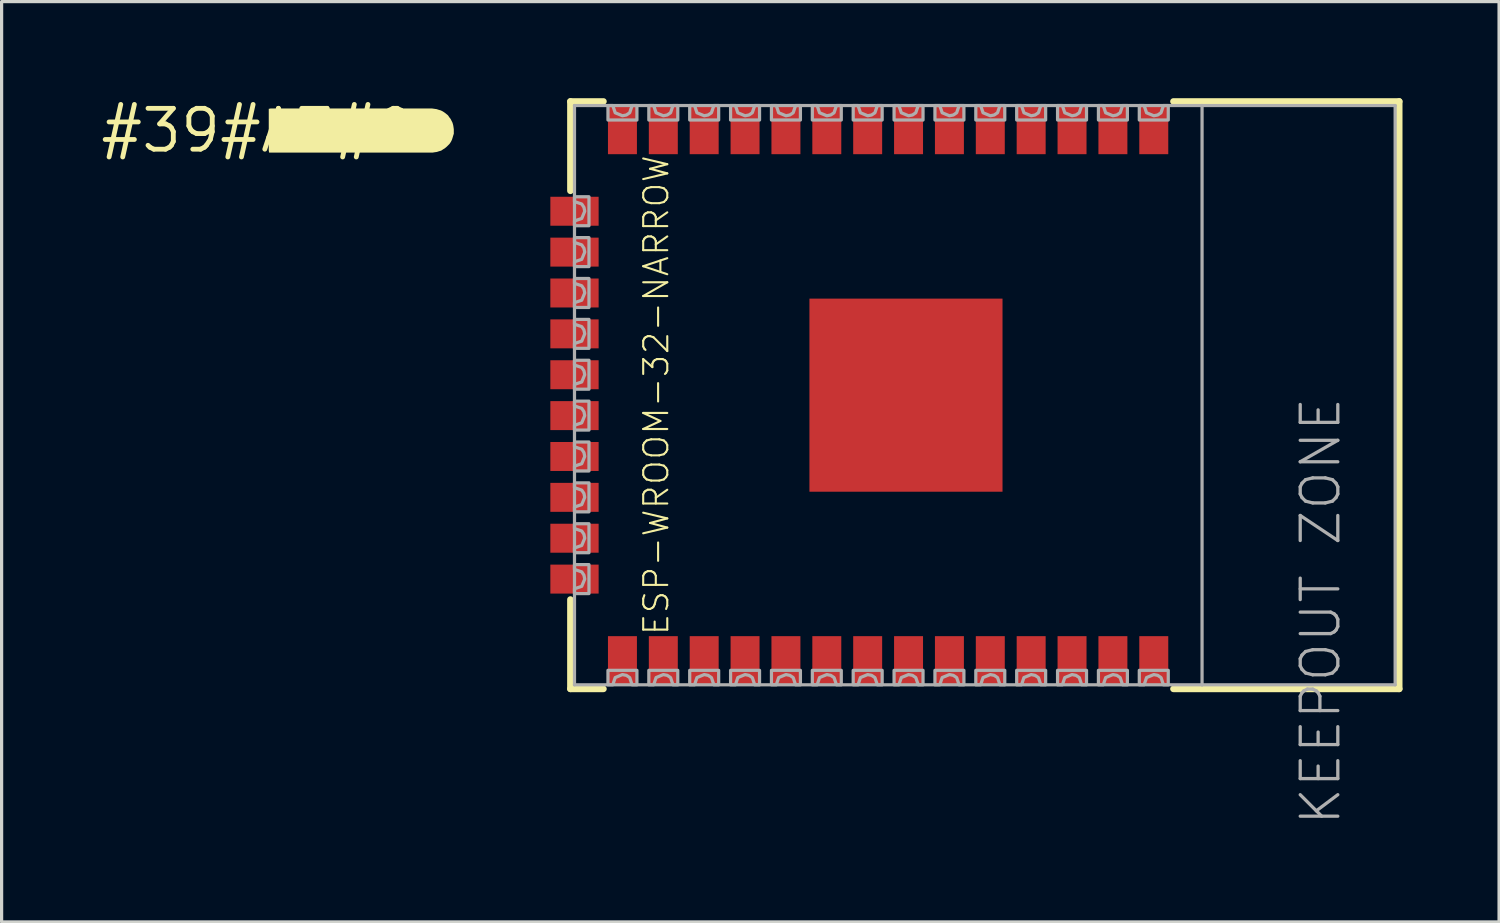
<source format=kicad_pcb>
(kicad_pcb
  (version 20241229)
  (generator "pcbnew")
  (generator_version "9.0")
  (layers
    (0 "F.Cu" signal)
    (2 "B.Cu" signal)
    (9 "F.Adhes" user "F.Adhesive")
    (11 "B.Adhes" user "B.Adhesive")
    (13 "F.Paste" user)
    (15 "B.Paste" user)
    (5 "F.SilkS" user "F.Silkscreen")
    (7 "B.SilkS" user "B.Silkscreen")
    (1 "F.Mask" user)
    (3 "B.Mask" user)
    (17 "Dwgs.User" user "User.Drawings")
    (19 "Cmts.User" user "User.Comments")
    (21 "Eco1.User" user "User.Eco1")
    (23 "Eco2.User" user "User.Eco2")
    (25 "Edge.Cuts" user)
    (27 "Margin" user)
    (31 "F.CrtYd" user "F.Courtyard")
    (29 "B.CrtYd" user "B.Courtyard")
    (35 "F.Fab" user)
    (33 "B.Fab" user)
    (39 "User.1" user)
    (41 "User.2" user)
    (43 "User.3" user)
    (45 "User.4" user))
  (footprint "ESP-WROOM-32-NARROW"
    (layer "F.Cu")
    (at 26.371 9.229)
    (property "Reference" "ESP-WROOM-32-NARROW" (at -9.03 0 90) (layer "F.SilkS") (effects (font (size 0.748 0.748) (thickness 0.065))))
    (fp_line (start -11.697 -9.127) (end -10.67 -9.127) (stroke (width 0.203) (type solid)) (layer "F.SilkS"))
    (fp_line (start -11.697 -6.35) (end -11.697 -9.127) (stroke (width 0.203) (type solid)) (layer "F.SilkS"))
    (fp_line (start -11.697 6.35) (end -11.697 9.127) (stroke (width 0.203) (type solid)) (layer "F.SilkS"))
    (fp_line (start -11.697 9.127) (end -10.67 9.127) (stroke (width 0.203) (type solid)) (layer "F.SilkS"))
    (fp_line (start 7.041 -9.127) (end 14.057 -9.127) (stroke (width 0.203) (type solid)) (layer "F.SilkS"))
    (fp_line (start 7.041 9.127) (end 14.057 9.127) (stroke (width 0.203) (type solid)) (layer "F.SilkS"))
    (fp_line (start 14.057 -9.127) (end 14.057 9.127) (stroke (width 0.203) (type solid)) (layer "F.SilkS"))
    (fp_line (start -11.57 -9) (end 7.93 -9) (stroke (width 0.1) (type solid)) (layer "F.Fab"))
    (fp_line (start -11.57 9) (end -11.57 -9) (stroke (width 0.1) (type solid)) (layer "F.Fab"))
    (fp_line (start 7.93 -9) (end 13.93 -9) (stroke (width 0.1) (type solid)) (layer "F.Fab"))
    (fp_line (start 7.93 9) (end -11.57 9) (stroke (width 0.1) (type solid)) (layer "F.Fab"))
    (fp_line (start 7.93 9) (end 7.93 -9) (stroke (width 0.1) (type solid)) (layer "F.Fab"))
    (fp_line (start 13.93 -9) (end 13.93 9) (stroke (width 0.1) (type solid)) (layer "F.Fab"))
    (fp_line (start 13.93 9) (end 7.93 9) (stroke (width 0.1) (type solid)) (layer "F.Fab"))
    (fp_poly (pts (xy -10.53 9) (xy -10.53 8.55) (xy -9.63 8.55) (xy -9.63 9) (xy -9.78 9) (xy -9.855 8.775) (xy -9.958 8.706) (xy -10.08 8.682) (xy -10.305 8.775) (xy -10.38 9)) (stroke (width 0.1) (type solid)) (fill no) (layer "F.Fab"))
    (fp_poly (pts (xy -9.26 9) (xy -9.26 8.55) (xy -8.36 8.55) (xy -8.36 9) (xy -8.51 9) (xy -8.585 8.775) (xy -8.688 8.706) (xy -8.81 8.682) (xy -9.035 8.775) (xy -9.11 9)) (stroke (width 0.1) (type solid)) (fill no) (layer "F.Fab"))
    (fp_poly (pts (xy -7.99 9) (xy -7.99 8.55) (xy -7.09 8.55) (xy -7.09 9) (xy -7.24 9) (xy -7.315 8.775) (xy -7.418 8.706) (xy -7.54 8.682) (xy -7.765 8.775) (xy -7.84 9)) (stroke (width 0.1) (type solid)) (fill no) (layer "F.Fab"))
    (fp_poly (pts (xy -6.72 9) (xy -6.72 8.55) (xy -5.82 8.55) (xy -5.82 9) (xy -5.97 9) (xy -6.045 8.775) (xy -6.148 8.706) (xy -6.27 8.682) (xy -6.495 8.775) (xy -6.57 9)) (stroke (width 0.1) (type solid)) (fill no) (layer "F.Fab"))
    (fp_poly (pts (xy -5.45 9) (xy -5.45 8.55) (xy -4.55 8.55) (xy -4.55 9) (xy -4.7 9) (xy -4.775 8.775) (xy -4.878 8.706) (xy -5 8.682) (xy -5.225 8.775) (xy -5.3 9)) (stroke (width 0.1) (type solid)) (fill no) (layer "F.Fab"))
    (fp_poly (pts (xy -4.18 9) (xy -4.18 8.55) (xy -3.28 8.55) (xy -3.28 9) (xy -3.43 9) (xy -3.505 8.775) (xy -3.608 8.706) (xy -3.73 8.682) (xy -3.955 8.775) (xy -4.03 9)) (stroke (width 0.1) (type solid)) (fill no) (layer "F.Fab"))
    (fp_poly (pts (xy -2.91 9) (xy -2.91 8.55) (xy -2.01 8.55) (xy -2.01 9) (xy -2.16 9) (xy -2.235 8.775) (xy -2.338 8.706) (xy -2.46 8.682) (xy -2.685 8.775) (xy -2.76 9)) (stroke (width 0.1) (type solid)) (fill no) (layer "F.Fab"))
    (fp_poly (pts (xy -1.64 9) (xy -1.64 8.55) (xy -0.74 8.55) (xy -0.74 9) (xy -0.89 9) (xy -0.965 8.775) (xy -1.068 8.706) (xy -1.19 8.682) (xy -1.415 8.775) (xy -1.49 9)) (stroke (width 0.1) (type solid)) (fill no) (layer "F.Fab"))
    (fp_poly (pts (xy -11.12 -5.265) (xy -11.57 -5.265) (xy -11.57 -5.415) (xy -11.345 -5.49) (xy -11.252 -5.715) (xy -11.276 -5.837) (xy -11.345 -5.94) (xy -11.57 -6.015) (xy -11.57 -6.015) (xy -11.57 -6.165) (xy -11.12 -6.165)) (stroke (width 0.1) (type solid)) (fill no) (layer "F.Fab"))
    (fp_poly (pts (xy -11.12 -3.995) (xy -11.57 -3.995) (xy -11.57 -4.145) (xy -11.345 -4.22) (xy -11.252 -4.445) (xy -11.276 -4.567) (xy -11.345 -4.67) (xy -11.57 -4.745) (xy -11.57 -4.745) (xy -11.57 -4.895) (xy -11.12 -4.895)) (stroke (width 0.1) (type solid)) (fill no) (layer "F.Fab"))
    (fp_poly (pts (xy -11.12 -2.725) (xy -11.57 -2.725) (xy -11.57 -2.875) (xy -11.345 -2.95) (xy -11.252 -3.175) (xy -11.276 -3.297) (xy -11.345 -3.4) (xy -11.57 -3.475) (xy -11.57 -3.475) (xy -11.57 -3.625) (xy -11.12 -3.625)) (stroke (width 0.1) (type solid)) (fill no) (layer "F.Fab"))
    (fp_poly (pts (xy -11.12 -1.455) (xy -11.57 -1.455) (xy -11.57 -1.605) (xy -11.345 -1.68) (xy -11.252 -1.905) (xy -11.276 -2.027) (xy -11.345 -2.13) (xy -11.57 -2.205) (xy -11.57 -2.205) (xy -11.57 -2.355) (xy -11.12 -2.355)) (stroke (width 0.1) (type solid)) (fill no) (layer "F.Fab"))
    (fp_poly (pts (xy -11.12 -0.185) (xy -11.57 -0.185) (xy -11.57 -0.335) (xy -11.345 -0.41) (xy -11.252 -0.635) (xy -11.276 -0.757) (xy -11.345 -0.86) (xy -11.57 -0.935) (xy -11.57 -0.935) (xy -11.57 -1.085) (xy -11.12 -1.085)) (stroke (width 0.1) (type solid)) (fill no) (layer "F.Fab"))
    (fp_poly (pts (xy -11.12 1.085) (xy -11.57 1.085) (xy -11.57 0.935) (xy -11.345 0.86) (xy -11.345 0.86) (xy -11.252 0.635) (xy -11.276 0.513) (xy -11.345 0.41) (xy -11.57 0.335) (xy -11.57 0.185) (xy -11.12 0.185)) (stroke (width 0.1) (type solid)) (fill no) (layer "F.Fab"))
    (fp_poly (pts (xy -11.12 2.355) (xy -11.57 2.355) (xy -11.57 2.205) (xy -11.345 2.13) (xy -11.345 2.13) (xy -11.252 1.905) (xy -11.276 1.783) (xy -11.345 1.68) (xy -11.57 1.605) (xy -11.57 1.455) (xy -11.12 1.455)) (stroke (width 0.1) (type solid)) (fill no) (layer "F.Fab"))
    (fp_poly (pts (xy -11.12 3.625) (xy -11.57 3.625) (xy -11.57 3.475) (xy -11.345 3.4) (xy -11.345 3.4) (xy -11.252 3.175) (xy -11.276 3.053) (xy -11.345 2.95) (xy -11.57 2.875) (xy -11.57 2.725) (xy -11.12 2.725)) (stroke (width 0.1) (type solid)) (fill no) (layer "F.Fab"))
    (fp_poly (pts (xy -11.12 4.895) (xy -11.57 4.895) (xy -11.57 4.745) (xy -11.345 4.67) (xy -11.345 4.67) (xy -11.252 4.445) (xy -11.276 4.323) (xy -11.345 4.22) (xy -11.57 4.145) (xy -11.57 3.995) (xy -11.12 3.995)) (stroke (width 0.1) (type solid)) (fill no) (layer "F.Fab"))
    (fp_poly (pts (xy -11.12 6.165) (xy -11.57 6.165) (xy -11.57 6.015) (xy -11.345 5.94) (xy -11.345 5.94) (xy -11.252 5.715) (xy -11.276 5.593) (xy -11.345 5.49) (xy -11.57 5.415) (xy -11.57 5.265) (xy -11.12 5.265)) (stroke (width 0.1) (type solid)) (fill no) (layer "F.Fab"))
    (fp_poly (pts (xy -10.305 -8.775) (xy -10.305 -8.775) (xy -10.08 -8.682) (xy -9.958 -8.706) (xy -9.855 -8.775) (xy -9.78 -9) (xy -9.63 -9) (xy -9.63 -8.55) (xy -10.53 -8.55) (xy -10.53 -9) (xy -10.38 -9)) (stroke (width 0.1) (type solid)) (fill no) (layer "F.Fab"))
    (fp_poly (pts (xy -9.035 -8.775) (xy -9.035 -8.775) (xy -8.81 -8.682) (xy -8.688 -8.706) (xy -8.585 -8.775) (xy -8.51 -9) (xy -8.36 -9) (xy -8.36 -8.55) (xy -9.26 -8.55) (xy -9.26 -9) (xy -9.11 -9)) (stroke (width 0.1) (type solid)) (fill no) (layer "F.Fab"))
    (fp_poly (pts (xy -7.765 -8.775) (xy -7.765 -8.775) (xy -7.54 -8.682) (xy -7.418 -8.706) (xy -7.315 -8.775) (xy -7.24 -9) (xy -7.09 -9) (xy -7.09 -8.55) (xy -7.99 -8.55) (xy -7.99 -9) (xy -7.84 -9)) (stroke (width 0.1) (type solid)) (fill no) (layer "F.Fab"))
    (fp_poly (pts (xy -6.495 -8.775) (xy -6.495 -8.775) (xy -6.27 -8.682) (xy -6.148 -8.706) (xy -6.045 -8.775) (xy -5.97 -9) (xy -5.82 -9) (xy -5.82 -8.55) (xy -6.72 -8.55) (xy -6.72 -9) (xy -6.57 -9)) (stroke (width 0.1) (type solid)) (fill no) (layer "F.Fab"))
    (fp_poly (pts (xy -5.225 -8.775) (xy -5.225 -8.775) (xy -5 -8.682) (xy -4.878 -8.706) (xy -4.775 -8.775) (xy -4.7 -9) (xy -4.55 -9) (xy -4.55 -8.55) (xy -5.45 -8.55) (xy -5.45 -9) (xy -5.3 -9)) (stroke (width 0.1) (type solid)) (fill no) (layer "F.Fab"))
    (fp_poly (pts (xy -3.955 -8.775) (xy -3.955 -8.775) (xy -3.73 -8.682) (xy -3.608 -8.706) (xy -3.505 -8.775) (xy -3.43 -9) (xy -3.28 -9) (xy -3.28 -8.55) (xy -4.18 -8.55) (xy -4.18 -9) (xy -4.03 -9)) (stroke (width 0.1) (type solid)) (fill no) (layer "F.Fab"))
    (fp_poly (pts (xy -2.685 -8.775) (xy -2.685 -8.775) (xy -2.46 -8.682) (xy -2.338 -8.706) (xy -2.235 -8.775) (xy -2.16 -9) (xy -2.01 -9) (xy -2.01 -8.55) (xy -2.91 -8.55) (xy -2.91 -9) (xy -2.76 -9)) (stroke (width 0.1) (type solid)) (fill no) (layer "F.Fab"))
    (fp_poly (pts (xy -1.415 -8.775) (xy -1.415 -8.775) (xy -1.19 -8.682) (xy -1.068 -8.706) (xy -0.965 -8.775) (xy -0.89 -9) (xy -0.74 -9) (xy -0.74 -8.55) (xy -1.64 -8.55) (xy -1.64 -9) (xy -1.49 -9)) (stroke (width 0.1) (type solid)) (fill no) (layer "F.Fab"))
    (fp_poly (pts (xy 0.38 -9) (xy 0.53 -9) (xy 0.53 -8.55) (xy -0.37 -8.55) (xy -0.37 -9) (xy -0.22 -9) (xy -0.145 -8.775) (xy 0.08 -8.682) (xy 0.202 -8.706) (xy 0.305 -8.775) (xy 0.38 -9)) (stroke (width 0.1) (type solid)) (fill no) (layer "F.Fab"))
    (fp_poly (pts (xy 0.53 9) (xy 0.38 9) (xy 0.38 9) (xy 0.305 8.775) (xy 0.202 8.706) (xy 0.08 8.682) (xy -0.145 8.775) (xy -0.22 9) (xy -0.37 9) (xy -0.37 8.55) (xy 0.53 8.55)) (stroke (width 0.1) (type solid)) (fill no) (layer "F.Fab"))
    (fp_poly (pts (xy 1.65 -9) (xy 1.8 -9) (xy 1.8 -8.55) (xy 0.9 -8.55) (xy 0.9 -9) (xy 1.05 -9) (xy 1.125 -8.775) (xy 1.35 -8.682) (xy 1.472 -8.706) (xy 1.575 -8.775) (xy 1.65 -9)) (stroke (width 0.1) (type solid)) (fill no) (layer "F.Fab"))
    (fp_poly (pts (xy 1.8 9) (xy 1.65 9) (xy 1.65 9) (xy 1.575 8.775) (xy 1.472 8.706) (xy 1.35 8.682) (xy 1.125 8.775) (xy 1.05 9) (xy 0.9 9) (xy 0.9 8.55) (xy 1.8 8.55)) (stroke (width 0.1) (type solid)) (fill no) (layer "F.Fab"))
    (fp_poly (pts (xy 2.92 -9) (xy 3.07 -9) (xy 3.07 -8.55) (xy 2.17 -8.55) (xy 2.17 -9) (xy 2.32 -9) (xy 2.395 -8.775) (xy 2.62 -8.682) (xy 2.742 -8.706) (xy 2.845 -8.775) (xy 2.92 -9)) (stroke (width 0.1) (type solid)) (fill no) (layer "F.Fab"))
    (fp_poly (pts (xy 3.07 9) (xy 2.92 9) (xy 2.92 9) (xy 2.845 8.775) (xy 2.742 8.706) (xy 2.62 8.682) (xy 2.395 8.775) (xy 2.32 9) (xy 2.17 9) (xy 2.17 8.55) (xy 3.07 8.55)) (stroke (width 0.1) (type solid)) (fill no) (layer "F.Fab"))
    (fp_poly (pts (xy 4.19 -9) (xy 4.34 -9) (xy 4.34 -8.55) (xy 3.44 -8.55) (xy 3.44 -9) (xy 3.59 -9) (xy 3.665 -8.775) (xy 3.89 -8.682) (xy 4.012 -8.706) (xy 4.115 -8.775) (xy 4.19 -9)) (stroke (width 0.1) (type solid)) (fill no) (layer "F.Fab"))
    (fp_poly (pts (xy 4.34 9) (xy 4.19 9) (xy 4.19 9) (xy 4.115 8.775) (xy 4.012 8.706) (xy 3.89 8.682) (xy 3.665 8.775) (xy 3.59 9) (xy 3.44 9) (xy 3.44 8.55) (xy 4.34 8.55)) (stroke (width 0.1) (type solid)) (fill no) (layer "F.Fab"))
    (fp_poly (pts (xy 5.46 -9) (xy 5.61 -9) (xy 5.61 -8.55) (xy 4.71 -8.55) (xy 4.71 -9) (xy 4.86 -9) (xy 4.935 -8.775) (xy 5.16 -8.682) (xy 5.282 -8.706) (xy 5.385 -8.775) (xy 5.46 -9)) (stroke (width 0.1) (type solid)) (fill no) (layer "F.Fab"))
    (fp_poly (pts (xy 5.61 9) (xy 5.46 9) (xy 5.46 9) (xy 5.385 8.775) (xy 5.282 8.706) (xy 5.16 8.682) (xy 4.935 8.775) (xy 4.86 9) (xy 4.71 9) (xy 4.71 8.55) (xy 5.61 8.55)) (stroke (width 0.1) (type solid)) (fill no) (layer "F.Fab"))
    (fp_poly (pts (xy 6.73 -9) (xy 6.88 -9) (xy 6.88 -8.55) (xy 5.98 -8.55) (xy 5.98 -9) (xy 6.13 -9) (xy 6.205 -8.775) (xy 6.43 -8.682) (xy 6.552 -8.706) (xy 6.655 -8.775) (xy 6.73 -9)) (stroke (width 0.1) (type solid)) (fill no) (layer "F.Fab"))
    (fp_poly (pts (xy 6.88 9) (xy 6.73 9) (xy 6.73 9) (xy 6.655 8.775) (xy 6.552 8.706) (xy 6.43 8.682) (xy 6.205 8.775) (xy 6.13 9) (xy 5.98 9) (xy 5.98 8.55) (xy 6.88 8.55)) (stroke (width 0.1) (type solid)) (fill no) (layer "F.Fab"))
    (fp_text user "KEEPOUT ZONE" (at 10.93 0 90) (layer "F.Fab") (effects (font (size 1.168 1.168) (thickness 0.102)) (justify right top)))
    (pad "1" smd rect (at 6.43 -8.238) (size 0.9 1.5) (layers "F.Cu" "F.Mask" "F.Paste"))
    (pad "2" smd rect (at 5.16 -8.238) (size 0.9 1.5) (layers "F.Cu" "F.Mask" "F.Paste"))
    (pad "3" smd rect (at 3.89 -8.238) (size 0.9 1.5) (layers "F.Cu" "F.Mask" "F.Paste"))
    (pad "4" smd rect (at 2.62 -8.238) (size 0.9 1.5) (layers "F.Cu" "F.Mask" "F.Paste"))
    (pad "5" smd rect (at 1.35 -8.238) (size 0.9 1.5) (layers "F.Cu" "F.Mask" "F.Paste"))
    (pad "6" smd rect (at 0.08 -8.238) (size 0.9 1.5) (layers "F.Cu" "F.Mask" "F.Paste"))
    (pad "7" smd rect (at -1.19 -8.238) (size 0.9 1.5) (layers "F.Cu" "F.Mask" "F.Paste"))
    (pad "8" smd rect (at -2.46 -8.238) (size 0.9 1.5) (layers "F.Cu" "F.Mask" "F.Paste"))
    (pad "9" smd rect (at -3.73 -8.238) (size 0.9 1.5) (layers "F.Cu" "F.Mask" "F.Paste"))
    (pad "10" smd rect (at -5 -8.238) (size 0.9 1.5) (layers "F.Cu" "F.Mask" "F.Paste"))
    (pad "11" smd rect (at -6.27 -8.238) (size 0.9 1.5) (layers "F.Cu" "F.Mask" "F.Paste"))
    (pad "12" smd rect (at -7.54 -8.238) (size 0.9 1.5) (layers "F.Cu" "F.Mask" "F.Paste"))
    (pad "13" smd rect (at -8.81 -8.238) (size 0.9 1.5) (layers "F.Cu" "F.Mask" "F.Paste"))
    (pad "14" smd rect (at -10.08 -8.238) (size 0.9 1.5) (layers "F.Cu" "F.Mask" "F.Paste"))
    (pad "15" smd rect (at -11.57 -5.715 90) (size 0.9 1.5) (layers "F.Cu" "F.Mask" "F.Paste"))
    (pad "16" smd rect (at -11.57 -4.445 90) (size 0.9 1.5) (layers "F.Cu" "F.Mask" "F.Paste"))
    (pad "17" smd rect (at -11.57 -3.175 90) (size 0.9 1.5) (layers "F.Cu" "F.Mask" "F.Paste"))
    (pad "18" smd rect (at -11.57 -1.905 90) (size 0.9 1.5) (layers "F.Cu" "F.Mask" "F.Paste"))
    (pad "19" smd rect (at -11.57 -0.635 90) (size 0.9 1.5) (layers "F.Cu" "F.Mask" "F.Paste"))
    (pad "20" smd rect (at -11.57 0.635 90) (size 0.9 1.5) (layers "F.Cu" "F.Mask" "F.Paste"))
    (pad "21" smd rect (at -11.57 1.905 90) (size 0.9 1.5) (layers "F.Cu" "F.Mask" "F.Paste"))
    (pad "22" smd rect (at -11.57 3.175 90) (size 0.9 1.5) (layers "F.Cu" "F.Mask" "F.Paste"))
    (pad "23" smd rect (at -11.57 4.445 90) (size 0.9 1.5) (layers "F.Cu" "F.Mask" "F.Paste"))
    (pad "24" smd rect (at -11.57 5.715 90) (size 0.9 1.5) (layers "F.Cu" "F.Mask" "F.Paste"))
    (pad "25" smd rect (at -10.08 8.238) (size 0.9 1.5) (layers "F.Cu" "F.Mask" "F.Paste"))
    (pad "26" smd rect (at -8.81 8.238) (size 0.9 1.5) (layers "F.Cu" "F.Mask" "F.Paste"))
    (pad "27" smd rect (at -7.54 8.238) (size 0.9 1.5) (layers "F.Cu" "F.Mask" "F.Paste"))
    (pad "28" smd rect (at -6.27 8.238) (size 0.9 1.5) (layers "F.Cu" "F.Mask" "F.Paste"))
    (pad "29" smd rect (at -5 8.238) (size 0.9 1.5) (layers "F.Cu" "F.Mask" "F.Paste"))
    (pad "30" smd rect (at -3.73 8.238) (size 0.9 1.5) (layers "F.Cu" "F.Mask" "F.Paste"))
    (pad "31" smd rect (at -2.46 8.238) (size 0.9 1.5) (layers "F.Cu" "F.Mask" "F.Paste"))
    (pad "32" smd rect (at -1.19 8.238) (size 0.9 1.5) (layers "F.Cu" "F.Mask" "F.Paste"))
    (pad "33" smd rect (at 0.08 8.238) (size 0.9 1.5) (layers "F.Cu" "F.Mask" "F.Paste"))
    (pad "34" smd rect (at 1.35 8.238) (size 0.9 1.5) (layers "F.Cu" "F.Mask" "F.Paste"))
    (pad "35" smd rect (at 2.62 8.238) (size 0.9 1.5) (layers "F.Cu" "F.Mask" "F.Paste"))
    (pad "36" smd rect (at 3.89 8.238) (size 0.9 1.5) (layers "F.Cu" "F.Mask" "F.Paste"))
    (pad "37" smd rect (at 5.16 8.238) (size 0.9 1.5) (layers "F.Cu" "F.Mask" "F.Paste"))
    (pad "38" smd rect (at 6.43 8.238) (size 0.9 1.5) (layers "F.Cu" "F.Mask" "F.Paste"))
    (pad "GND" smd rect (at -1.27 0) (size 6 6) (layers "F.Cu" "F.Mask" "F.Paste")))
  (footprint "#39#A3#0"
    (layer "F.Cu")
    (at 4.966 1.006)
    (property "Reference" "#39#A3#0" (at 0 0 0) (layer "F.SilkS") (effects (font (size 1.27 1.27) (thickness 0.15))))
    (fp_poly (pts (xy 5.481 -0.675) (xy 5.551 -0.665) (xy 5.611 -0.645) (xy 5.682 -0.625) (xy 5.743 -0.594) (xy 5.803 -0.554) (xy 5.853 -0.514) (xy 5.904 -0.473) (xy 5.944 -0.413) (xy 5.984 -0.363) (xy 6.045 -0.242) (xy 6.065 -0.171) (xy 6.075 -0.111) (xy 6.085 -0.04) (xy 6.085 0.101) (xy 6.065 0.161) (xy 6.045 0.231) (xy 6.025 0.292) (xy 5.994 0.353) (xy 5.954 0.413) (xy 5.904 0.464) (xy 5.863 0.504) (xy 5.803 0.554) (xy 5.753 0.584) (xy 5.692 0.625) (xy 5.621 0.645) (xy 5.561 0.665) (xy 5.491 0.675) (xy 5.43 0.685) (xy 0.346 0.685) (xy 0.335 0.62) (xy 0.335 -0.674) (xy 0.39 -0.685) (xy 5.41 -0.685)) (stroke (width 0) (type solid)) (fill yes) (layer "F.SilkS")))
  (gr_rect
    (start -3 -3)
    (end 43.53 25.597)
    (stroke (width 0.1) (type default))
    (fill no)
    (layer "Edge.Cuts")))
</source>
